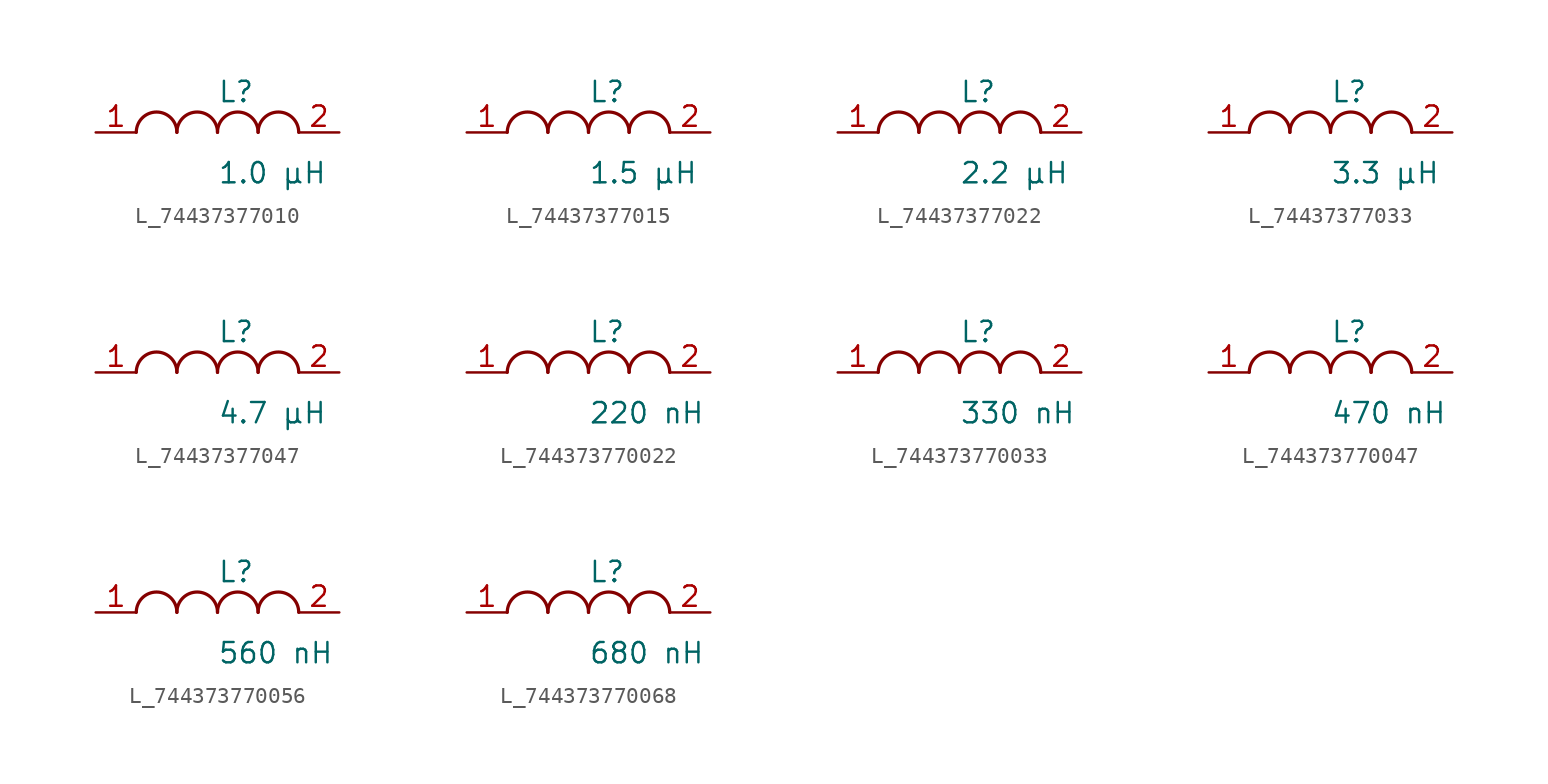
<source format=kicad_sym>
(kicad_symbol_lib
  (version 20231120)
  (generator kicad_symbol_editor)
  (generator_version 8.0)
  (symbol "L_74437377010"
    (pin_names
      (offset 0.254))
    (property "Reference" "L"
      (at 0 2.54 0)
      (effects (font (size 1.27 1.27)) (justify left)))
    (property "Value" "1.0 µH"
      (at 0 -2.54 0)
      (effects (font (size 1.27 1.27)) (justify left)))
    (symbol "L_74437377010_1_1"
      (arc (start -2.54 0.0056) (mid -3.81 1.27) (end -5.08 0.0056) (stroke (width 0.2032) (type default)) (fill (type none)))
      (arc (start 0 0.0056) (mid -1.27 1.27) (end -2.54 0.0056) (stroke (width 0.2032) (type default)) (fill (type none)))
      (arc (start 2.54 0.0056) (mid 1.27 1.27) (end 0 0.0056) (stroke (width 0.2032) (type default)) (fill (type none)))
      (arc (start 5.08 0.0056) (mid 3.81 1.27) (end 2.54 0.0056) (stroke (width 0.2032) (type default)) (fill (type none)))
      (pin unspecified line (at -7.62 0 0) (length 2.54) (name "" (effects (font (size 1.27 1.27)))) (number "1" (effects (font (size 1.27 1.27)))))
      (pin unspecified line (at 7.62 0 180) (length 2.54) (name "" (effects (font (size 1.27 1.27)))) (number "2" (effects (font (size 1.27 1.27)))))))
  (symbol "L_74437377015"
    (pin_names
      (offset 0.254))
    (property "Reference" "L"
      (at 0 2.54 0)
      (effects (font (size 1.27 1.27)) (justify left)))
    (property "Value" "1.5 µH"
      (at 0 -2.54 0)
      (effects (font (size 1.27 1.27)) (justify left)))
    (symbol "L_74437377015_1_1"
      (arc (start -2.54 0.0056) (mid -3.81 1.27) (end -5.08 0.0056) (stroke (width 0.2032) (type default)) (fill (type none)))
      (arc (start 0 0.0056) (mid -1.27 1.27) (end -2.54 0.0056) (stroke (width 0.2032) (type default)) (fill (type none)))
      (arc (start 2.54 0.0056) (mid 1.27 1.27) (end 0 0.0056) (stroke (width 0.2032) (type default)) (fill (type none)))
      (arc (start 5.08 0.0056) (mid 3.81 1.27) (end 2.54 0.0056) (stroke (width 0.2032) (type default)) (fill (type none)))
      (pin unspecified line (at -7.62 0 0) (length 2.54) (name "" (effects (font (size 1.27 1.27)))) (number "1" (effects (font (size 1.27 1.27)))))
      (pin unspecified line (at 7.62 0 180) (length 2.54) (name "" (effects (font (size 1.27 1.27)))) (number "2" (effects (font (size 1.27 1.27)))))))
  (symbol "L_74437377022"
    (pin_names
      (offset 0.254))
    (property "Reference" "L"
      (at 0 2.54 0)
      (effects (font (size 1.27 1.27)) (justify left)))
    (property "Value" "2.2 µH"
      (at 0 -2.54 0)
      (effects (font (size 1.27 1.27)) (justify left)))
    (symbol "L_74437377022_1_1"
      (arc (start -2.54 0.0056) (mid -3.81 1.27) (end -5.08 0.0056) (stroke (width 0.2032) (type default)) (fill (type none)))
      (arc (start 0 0.0056) (mid -1.27 1.27) (end -2.54 0.0056) (stroke (width 0.2032) (type default)) (fill (type none)))
      (arc (start 2.54 0.0056) (mid 1.27 1.27) (end 0 0.0056) (stroke (width 0.2032) (type default)) (fill (type none)))
      (arc (start 5.08 0.0056) (mid 3.81 1.27) (end 2.54 0.0056) (stroke (width 0.2032) (type default)) (fill (type none)))
      (pin unspecified line (at -7.62 0 0) (length 2.54) (name "" (effects (font (size 1.27 1.27)))) (number "1" (effects (font (size 1.27 1.27)))))
      (pin unspecified line (at 7.62 0 180) (length 2.54) (name "" (effects (font (size 1.27 1.27)))) (number "2" (effects (font (size 1.27 1.27)))))))
  (symbol "L_74437377033"
    (pin_names
      (offset 0.254))
    (property "Reference" "L"
      (at 0 2.54 0)
      (effects (font (size 1.27 1.27)) (justify left)))
    (property "Value" "3.3 µH"
      (at 0 -2.54 0)
      (effects (font (size 1.27 1.27)) (justify left)))
    (symbol "L_74437377033_1_1"
      (arc (start -2.54 0.0056) (mid -3.81 1.27) (end -5.08 0.0056) (stroke (width 0.2032) (type default)) (fill (type none)))
      (arc (start 0 0.0056) (mid -1.27 1.27) (end -2.54 0.0056) (stroke (width 0.2032) (type default)) (fill (type none)))
      (arc (start 2.54 0.0056) (mid 1.27 1.27) (end 0 0.0056) (stroke (width 0.2032) (type default)) (fill (type none)))
      (arc (start 5.08 0.0056) (mid 3.81 1.27) (end 2.54 0.0056) (stroke (width 0.2032) (type default)) (fill (type none)))
      (pin unspecified line (at -7.62 0 0) (length 2.54) (name "" (effects (font (size 1.27 1.27)))) (number "1" (effects (font (size 1.27 1.27)))))
      (pin unspecified line (at 7.62 0 180) (length 2.54) (name "" (effects (font (size 1.27 1.27)))) (number "2" (effects (font (size 1.27 1.27)))))))
  (symbol "L_74437377047"
    (pin_names
      (offset 0.254))
    (property "Reference" "L"
      (at 0 2.54 0)
      (effects (font (size 1.27 1.27)) (justify left)))
    (property "Value" "4.7 µH"
      (at 0 -2.54 0)
      (effects (font (size 1.27 1.27)) (justify left)))
    (symbol "L_74437377047_1_1"
      (arc (start -2.54 0.0056) (mid -3.81 1.27) (end -5.08 0.0056) (stroke (width 0.2032) (type default)) (fill (type none)))
      (arc (start 0 0.0056) (mid -1.27 1.27) (end -2.54 0.0056) (stroke (width 0.2032) (type default)) (fill (type none)))
      (arc (start 2.54 0.0056) (mid 1.27 1.27) (end 0 0.0056) (stroke (width 0.2032) (type default)) (fill (type none)))
      (arc (start 5.08 0.0056) (mid 3.81 1.27) (end 2.54 0.0056) (stroke (width 0.2032) (type default)) (fill (type none)))
      (pin unspecified line (at -7.62 0 0) (length 2.54) (name "" (effects (font (size 1.27 1.27)))) (number "1" (effects (font (size 1.27 1.27)))))
      (pin unspecified line (at 7.62 0 180) (length 2.54) (name "" (effects (font (size 1.27 1.27)))) (number "2" (effects (font (size 1.27 1.27)))))))
  (symbol "L_744373770022"
    (pin_names
      (offset 0.254))
    (property "Reference" "L"
      (at 0 2.54 0)
      (effects (font (size 1.27 1.27)) (justify left)))
    (property "Value" "220 nH"
      (at 0 -2.54 0)
      (effects (font (size 1.27 1.27)) (justify left)))
    (symbol "L_744373770022_1_1"
      (arc (start -2.54 0.0056) (mid -3.81 1.27) (end -5.08 0.0056) (stroke (width 0.2032) (type default)) (fill (type none)))
      (arc (start 0 0.0056) (mid -1.27 1.27) (end -2.54 0.0056) (stroke (width 0.2032) (type default)) (fill (type none)))
      (arc (start 2.54 0.0056) (mid 1.27 1.27) (end 0 0.0056) (stroke (width 0.2032) (type default)) (fill (type none)))
      (arc (start 5.08 0.0056) (mid 3.81 1.27) (end 2.54 0.0056) (stroke (width 0.2032) (type default)) (fill (type none)))
      (pin unspecified line (at -7.62 0 0) (length 2.54) (name "" (effects (font (size 1.27 1.27)))) (number "1" (effects (font (size 1.27 1.27)))))
      (pin unspecified line (at 7.62 0 180) (length 2.54) (name "" (effects (font (size 1.27 1.27)))) (number "2" (effects (font (size 1.27 1.27)))))))
  (symbol "L_744373770033"
    (pin_names
      (offset 0.254))
    (property "Reference" "L"
      (at 0 2.54 0)
      (effects (font (size 1.27 1.27)) (justify left)))
    (property "Value" "330 nH"
      (at 0 -2.54 0)
      (effects (font (size 1.27 1.27)) (justify left)))
    (symbol "L_744373770033_1_1"
      (arc (start -2.54 0.0056) (mid -3.81 1.27) (end -5.08 0.0056) (stroke (width 0.2032) (type default)) (fill (type none)))
      (arc (start 0 0.0056) (mid -1.27 1.27) (end -2.54 0.0056) (stroke (width 0.2032) (type default)) (fill (type none)))
      (arc (start 2.54 0.0056) (mid 1.27 1.27) (end 0 0.0056) (stroke (width 0.2032) (type default)) (fill (type none)))
      (arc (start 5.08 0.0056) (mid 3.81 1.27) (end 2.54 0.0056) (stroke (width 0.2032) (type default)) (fill (type none)))
      (pin unspecified line (at -7.62 0 0) (length 2.54) (name "" (effects (font (size 1.27 1.27)))) (number "1" (effects (font (size 1.27 1.27)))))
      (pin unspecified line (at 7.62 0 180) (length 2.54) (name "" (effects (font (size 1.27 1.27)))) (number "2" (effects (font (size 1.27 1.27)))))))
  (symbol "L_744373770047"
    (pin_names
      (offset 0.254))
    (property "Reference" "L"
      (at 0 2.54 0)
      (effects (font (size 1.27 1.27)) (justify left)))
    (property "Value" "470 nH"
      (at 0 -2.54 0)
      (effects (font (size 1.27 1.27)) (justify left)))
    (symbol "L_744373770047_1_1"
      (arc (start -2.54 0.0056) (mid -3.81 1.27) (end -5.08 0.0056) (stroke (width 0.2032) (type default)) (fill (type none)))
      (arc (start 0 0.0056) (mid -1.27 1.27) (end -2.54 0.0056) (stroke (width 0.2032) (type default)) (fill (type none)))
      (arc (start 2.54 0.0056) (mid 1.27 1.27) (end 0 0.0056) (stroke (width 0.2032) (type default)) (fill (type none)))
      (arc (start 5.08 0.0056) (mid 3.81 1.27) (end 2.54 0.0056) (stroke (width 0.2032) (type default)) (fill (type none)))
      (pin unspecified line (at -7.62 0 0) (length 2.54) (name "" (effects (font (size 1.27 1.27)))) (number "1" (effects (font (size 1.27 1.27)))))
      (pin unspecified line (at 7.62 0 180) (length 2.54) (name "" (effects (font (size 1.27 1.27)))) (number "2" (effects (font (size 1.27 1.27)))))))
  (symbol "L_744373770056"
    (pin_names
      (offset 0.254))
    (property "Reference" "L"
      (at 0 2.54 0)
      (effects (font (size 1.27 1.27)) (justify left)))
    (property "Value" "560 nH"
      (at 0 -2.54 0)
      (effects (font (size 1.27 1.27)) (justify left)))
    (symbol "L_744373770056_1_1"
      (arc (start -2.54 0.0056) (mid -3.81 1.27) (end -5.08 0.0056) (stroke (width 0.2032) (type default)) (fill (type none)))
      (arc (start 0 0.0056) (mid -1.27 1.27) (end -2.54 0.0056) (stroke (width 0.2032) (type default)) (fill (type none)))
      (arc (start 2.54 0.0056) (mid 1.27 1.27) (end 0 0.0056) (stroke (width 0.2032) (type default)) (fill (type none)))
      (arc (start 5.08 0.0056) (mid 3.81 1.27) (end 2.54 0.0056) (stroke (width 0.2032) (type default)) (fill (type none)))
      (pin unspecified line (at -7.62 0 0) (length 2.54) (name "" (effects (font (size 1.27 1.27)))) (number "1" (effects (font (size 1.27 1.27)))))
      (pin unspecified line (at 7.62 0 180) (length 2.54) (name "" (effects (font (size 1.27 1.27)))) (number "2" (effects (font (size 1.27 1.27)))))))
  (symbol "L_744373770068"
    (pin_names
      (offset 0.254))
    (property "Reference" "L"
      (at 0 2.54 0)
      (effects (font (size 1.27 1.27)) (justify left)))
    (property "Value" "680 nH"
      (at 0 -2.54 0)
      (effects (font (size 1.27 1.27)) (justify left)))
    (symbol "L_744373770068_1_1"
      (arc (start -2.54 0.0056) (mid -3.81 1.27) (end -5.08 0.0056) (stroke (width 0.2032) (type default)) (fill (type none)))
      (arc (start 0 0.0056) (mid -1.27 1.27) (end -2.54 0.0056) (stroke (width 0.2032) (type default)) (fill (type none)))
      (arc (start 2.54 0.0056) (mid 1.27 1.27) (end 0 0.0056) (stroke (width 0.2032) (type default)) (fill (type none)))
      (arc (start 5.08 0.0056) (mid 3.81 1.27) (end 2.54 0.0056) (stroke (width 0.2032) (type default)) (fill (type none)))
      (pin unspecified line (at -7.62 0 0) (length 2.54) (name "" (effects (font (size 1.27 1.27)))) (number "1" (effects (font (size 1.27 1.27)))))
      (pin unspecified line (at 7.62 0 180) (length 2.54) (name "" (effects (font (size 1.27 1.27)))) (number "2" (effects (font (size 1.27 1.27))))))))
</source>
